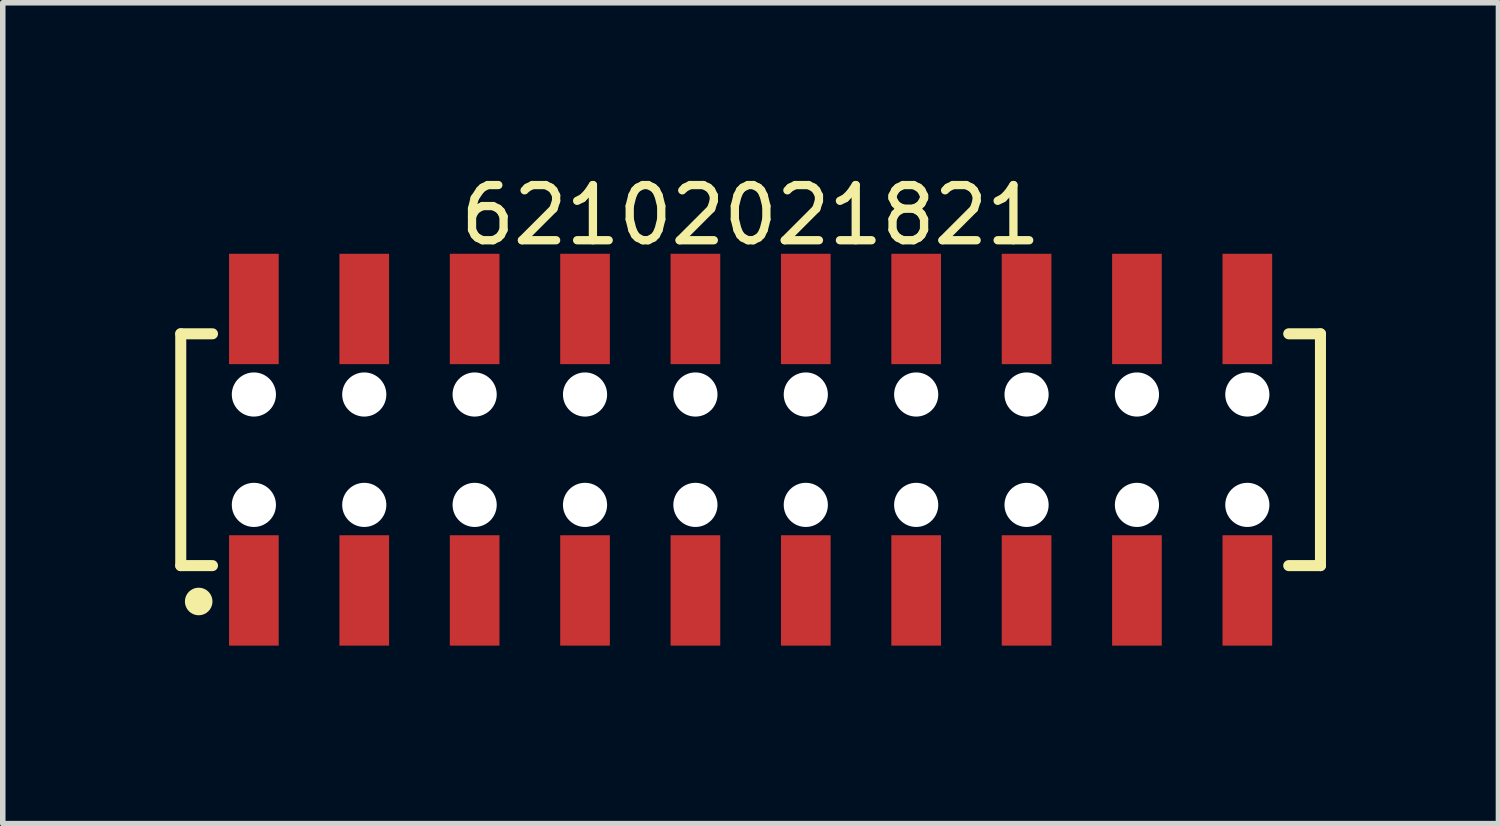
<source format=kicad_pcb>
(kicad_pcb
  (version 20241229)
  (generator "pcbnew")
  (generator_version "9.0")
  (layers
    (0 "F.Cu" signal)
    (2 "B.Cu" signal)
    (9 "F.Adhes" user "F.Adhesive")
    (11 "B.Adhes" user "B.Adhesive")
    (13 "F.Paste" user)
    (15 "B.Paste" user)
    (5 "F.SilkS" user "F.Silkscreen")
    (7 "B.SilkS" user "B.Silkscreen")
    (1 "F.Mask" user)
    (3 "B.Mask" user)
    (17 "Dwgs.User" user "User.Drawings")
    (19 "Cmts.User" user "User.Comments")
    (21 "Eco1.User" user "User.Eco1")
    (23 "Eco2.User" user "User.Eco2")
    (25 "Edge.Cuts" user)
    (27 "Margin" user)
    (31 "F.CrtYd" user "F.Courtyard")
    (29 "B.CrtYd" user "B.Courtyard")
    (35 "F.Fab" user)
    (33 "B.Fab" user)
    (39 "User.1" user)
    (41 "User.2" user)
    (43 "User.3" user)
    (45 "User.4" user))
  (footprint "62102021821"
    (layer "F.Cu")
    (at 10.55 5.098)
    (property "Reference" "62102021821" (at 0 -4.25 0) (layer "F.SilkS") (effects (font (size 1 1) (thickness 0.15))))
    (fp_line (start -10.325 -2.1) (end -9.75 -2.1) (stroke (width 0.2) (type solid)) (layer "F.SilkS"))
    (fp_line (start -10.325 2.1) (end -10.325 -2.1) (stroke (width 0.2) (type solid)) (layer "F.SilkS"))
    (fp_line (start -10.325 2.1) (end -9.75 2.1) (stroke (width 0.2) (type solid)) (layer "F.SilkS"))
    (fp_line (start 9.75 -2.1) (end 10.325 -2.1) (stroke (width 0.2) (type solid)) (layer "F.SilkS"))
    (fp_line (start 9.75 2.1) (end 10.325 2.1) (stroke (width 0.2) (type solid)) (layer "F.SilkS"))
    (fp_line (start 10.325 2.1) (end 10.325 -2.1) (stroke (width 0.2) (type solid)) (layer "F.SilkS"))
    (fp_circle (center -10 2.75) (end -10 2.625) (stroke (width 0.25) (type solid)) (fill no) (layer "F.SilkS"))
    (fp_line (start -10.525 -3.75) (end 10.525 -3.75) (stroke (width 0.05) (type solid)) (layer "Eco2.User"))
    (fp_line (start -10.525 3.75) (end -10.525 -3.75) (stroke (width 0.05) (type solid)) (layer "Eco2.User"))
    (fp_line (start -10.525 3.75) (end 10.525 3.75) (stroke (width 0.05) (type solid)) (layer "Eco2.User"))
    (fp_line (start -10.15 -2) (end 10.15 -2) (stroke (width 0.1) (type solid)) (layer "Eco2.User"))
    (fp_line (start -10.15 2) (end -10.15 -2) (stroke (width 0.1) (type solid)) (layer "Eco2.User"))
    (fp_line (start -10.15 2) (end 10.15 2) (stroke (width 0.1) (type solid)) (layer "Eco2.User"))
    (fp_line (start -9.25 -3) (end -8.75 -3) (stroke (width 0.1) (type solid)) (layer "Eco2.User"))
    (fp_line (start -9.25 -2) (end -9.25 -3) (stroke (width 0.1) (type solid)) (layer "Eco2.User"))
    (fp_line (start -9.25 3) (end -9.25 2) (stroke (width 0.1) (type solid)) (layer "Eco2.User"))
    (fp_line (start -9.25 3) (end -8.75 3) (stroke (width 0.1) (type solid)) (layer "Eco2.User"))
    (fp_line (start -8.75 -2) (end -8.75 -3) (stroke (width 0.1) (type solid)) (layer "Eco2.User"))
    (fp_line (start -8.75 3) (end -8.75 2) (stroke (width 0.1) (type solid)) (layer "Eco2.User"))
    (fp_line (start -7.25 -3) (end -6.75 -3) (stroke (width 0.1) (type solid)) (layer "Eco2.User"))
    (fp_line (start -7.25 -2) (end -7.25 -3) (stroke (width 0.1) (type solid)) (layer "Eco2.User"))
    (fp_line (start -7.25 3) (end -7.25 2) (stroke (width 0.1) (type solid)) (layer "Eco2.User"))
    (fp_line (start -7.25 3) (end -6.75 3) (stroke (width 0.1) (type solid)) (layer "Eco2.User"))
    (fp_line (start -6.75 -2) (end -6.75 -3) (stroke (width 0.1) (type solid)) (layer "Eco2.User"))
    (fp_line (start -6.75 3) (end -6.75 2) (stroke (width 0.1) (type solid)) (layer "Eco2.User"))
    (fp_line (start -5.25 -3) (end -4.75 -3) (stroke (width 0.1) (type solid)) (layer "Eco2.User"))
    (fp_line (start -5.25 -2) (end -5.25 -3) (stroke (width 0.1) (type solid)) (layer "Eco2.User"))
    (fp_line (start -5.25 3) (end -5.25 2) (stroke (width 0.1) (type solid)) (layer "Eco2.User"))
    (fp_line (start -5.25 3) (end -4.75 3) (stroke (width 0.1) (type solid)) (layer "Eco2.User"))
    (fp_line (start -4.75 -2) (end -4.75 -3) (stroke (width 0.1) (type solid)) (layer "Eco2.User"))
    (fp_line (start -4.75 3) (end -4.75 2) (stroke (width 0.1) (type solid)) (layer "Eco2.User"))
    (fp_line (start -3.25 -3) (end -2.75 -3) (stroke (width 0.1) (type solid)) (layer "Eco2.User"))
    (fp_line (start -3.25 -2) (end -3.25 -3) (stroke (width 0.1) (type solid)) (layer "Eco2.User"))
    (fp_line (start -3.25 3) (end -3.25 2) (stroke (width 0.1) (type solid)) (layer "Eco2.User"))
    (fp_line (start -3.25 3) (end -2.75 3) (stroke (width 0.1) (type solid)) (layer "Eco2.User"))
    (fp_line (start -2.75 -2) (end -2.75 -3) (stroke (width 0.1) (type solid)) (layer "Eco2.User"))
    (fp_line (start -2.75 3) (end -2.75 2) (stroke (width 0.1) (type solid)) (layer "Eco2.User"))
    (fp_line (start -1.25 -3) (end -0.75 -3) (stroke (width 0.1) (type solid)) (layer "Eco2.User"))
    (fp_line (start -1.25 -2) (end -1.25 -3) (stroke (width 0.1) (type solid)) (layer "Eco2.User"))
    (fp_line (start -1.25 3) (end -1.25 2) (stroke (width 0.1) (type solid)) (layer "Eco2.User"))
    (fp_line (start -1.25 3) (end -0.75 3) (stroke (width 0.1) (type solid)) (layer "Eco2.User"))
    (fp_line (start -0.75 -2) (end -0.75 -3) (stroke (width 0.1) (type solid)) (layer "Eco2.User"))
    (fp_line (start -0.75 3) (end -0.75 2) (stroke (width 0.1) (type solid)) (layer "Eco2.User"))
    (fp_line (start -0.5 0) (end 0.5 0) (stroke (width 0.05) (type solid)) (layer "Eco2.User"))
    (fp_line (start 0 0.5) (end 0 -0.5) (stroke (width 0.05) (type solid)) (layer "Eco2.User"))
    (fp_line (start 0.75 -3) (end 1.25 -3) (stroke (width 0.1) (type solid)) (layer "Eco2.User"))
    (fp_line (start 0.75 -2) (end 0.75 -3) (stroke (width 0.1) (type solid)) (layer "Eco2.User"))
    (fp_line (start 0.75 3) (end 0.75 2) (stroke (width 0.1) (type solid)) (layer "Eco2.User"))
    (fp_line (start 0.75 3) (end 1.25 3) (stroke (width 0.1) (type solid)) (layer "Eco2.User"))
    (fp_line (start 1.25 -2) (end 1.25 -3) (stroke (width 0.1) (type solid)) (layer "Eco2.User"))
    (fp_line (start 1.25 3) (end 1.25 2) (stroke (width 0.1) (type solid)) (layer "Eco2.User"))
    (fp_line (start 2.75 -3) (end 3.25 -3) (stroke (width 0.1) (type solid)) (layer "Eco2.User"))
    (fp_line (start 2.75 -2) (end 2.75 -3) (stroke (width 0.1) (type solid)) (layer "Eco2.User"))
    (fp_line (start 2.75 3) (end 2.75 2) (stroke (width 0.1) (type solid)) (layer "Eco2.User"))
    (fp_line (start 2.75 3) (end 3.25 3) (stroke (width 0.1) (type solid)) (layer "Eco2.User"))
    (fp_line (start 3.25 -2) (end 3.25 -3) (stroke (width 0.1) (type solid)) (layer "Eco2.User"))
    (fp_line (start 3.25 3) (end 3.25 2) (stroke (width 0.1) (type solid)) (layer "Eco2.User"))
    (fp_line (start 4.75 -3) (end 5.25 -3) (stroke (width 0.1) (type solid)) (layer "Eco2.User"))
    (fp_line (start 4.75 -2) (end 4.75 -3) (stroke (width 0.1) (type solid)) (layer "Eco2.User"))
    (fp_line (start 4.75 3) (end 4.75 2) (stroke (width 0.1) (type solid)) (layer "Eco2.User"))
    (fp_line (start 4.75 3) (end 5.25 3) (stroke (width 0.1) (type solid)) (layer "Eco2.User"))
    (fp_line (start 5.25 -2) (end 5.25 -3) (stroke (width 0.1) (type solid)) (layer "Eco2.User"))
    (fp_line (start 5.25 3) (end 5.25 2) (stroke (width 0.1) (type solid)) (layer "Eco2.User"))
    (fp_line (start 6.75 -3) (end 7.25 -3) (stroke (width 0.1) (type solid)) (layer "Eco2.User"))
    (fp_line (start 6.75 -2) (end 6.75 -3) (stroke (width 0.1) (type solid)) (layer "Eco2.User"))
    (fp_line (start 6.75 3) (end 6.75 2) (stroke (width 0.1) (type solid)) (layer "Eco2.User"))
    (fp_line (start 6.75 3) (end 7.25 3) (stroke (width 0.1) (type solid)) (layer "Eco2.User"))
    (fp_line (start 7.25 -2) (end 7.25 -3) (stroke (width 0.1) (type solid)) (layer "Eco2.User"))
    (fp_line (start 7.25 3) (end 7.25 2) (stroke (width 0.1) (type solid)) (layer "Eco2.User"))
    (fp_line (start 8.75 -3) (end 9.25 -3) (stroke (width 0.1) (type solid)) (layer "Eco2.User"))
    (fp_line (start 8.75 -2) (end 8.75 -3) (stroke (width 0.1) (type solid)) (layer "Eco2.User"))
    (fp_line (start 8.75 3) (end 8.75 2) (stroke (width 0.1) (type solid)) (layer "Eco2.User"))
    (fp_line (start 8.75 3) (end 9.25 3) (stroke (width 0.1) (type solid)) (layer "Eco2.User"))
    (fp_line (start 9.25 -2) (end 9.25 -3) (stroke (width 0.1) (type solid)) (layer "Eco2.User"))
    (fp_line (start 9.25 3) (end 9.25 2) (stroke (width 0.1) (type solid)) (layer "Eco2.User"))
    (fp_line (start 10.15 2) (end 10.15 -2) (stroke (width 0.1) (type solid)) (layer "Eco2.User"))
    (fp_line (start 10.525 3.75) (end 10.525 -3.75) (stroke (width 0.05) (type solid)) (layer "Eco2.User"))
    (fp_text user "${REFERENCE}" (at 0.1 -0.131 0) (unlocked yes) (layer "User.3") (effects (font (size 1 1) (thickness 0.1))))
    (pad "" np_thru_hole circle (at -9 -1) (size 0.8 0.8) (drill 0.8) (layers "*.Cu" "*.Mask"))
    (pad "" np_thru_hole circle (at -9 1) (size 0.8 0.8) (drill 0.8) (layers "*.Cu" "*.Mask"))
    (pad "" np_thru_hole circle (at -7 -1) (size 0.8 0.8) (drill 0.8) (layers "*.Cu" "*.Mask"))
    (pad "" np_thru_hole circle (at -7 1) (size 0.8 0.8) (drill 0.8) (layers "*.Cu" "*.Mask"))
    (pad "" np_thru_hole circle (at -5 -1) (size 0.8 0.8) (drill 0.8) (layers "*.Cu" "*.Mask"))
    (pad "" np_thru_hole circle (at -5 1) (size 0.8 0.8) (drill 0.8) (layers "*.Cu" "*.Mask"))
    (pad "" np_thru_hole circle (at -3 -1) (size 0.8 0.8) (drill 0.8) (layers "*.Cu" "*.Mask"))
    (pad "" np_thru_hole circle (at -3 1) (size 0.8 0.8) (drill 0.8) (layers "*.Cu" "*.Mask"))
    (pad "" np_thru_hole circle (at -1 -1) (size 0.8 0.8) (drill 0.8) (layers "*.Cu" "*.Mask"))
    (pad "" np_thru_hole circle (at -1 1) (size 0.8 0.8) (drill 0.8) (layers "*.Cu" "*.Mask"))
    (pad "" np_thru_hole circle (at 1 -1) (size 0.8 0.8) (drill 0.8) (layers "*.Cu" "*.Mask"))
    (pad "" np_thru_hole circle (at 1 1) (size 0.8 0.8) (drill 0.8) (layers "*.Cu" "*.Mask"))
    (pad "" np_thru_hole circle (at 3 -1) (size 0.8 0.8) (drill 0.8) (layers "*.Cu" "*.Mask"))
    (pad "" np_thru_hole circle (at 3 1) (size 0.8 0.8) (drill 0.8) (layers "*.Cu" "*.Mask"))
    (pad "" np_thru_hole circle (at 5 -1) (size 0.8 0.8) (drill 0.8) (layers "*.Cu" "*.Mask"))
    (pad "" np_thru_hole circle (at 5 1) (size 0.8 0.8) (drill 0.8) (layers "*.Cu" "*.Mask"))
    (pad "" np_thru_hole circle (at 7 -1) (size 0.8 0.8) (drill 0.8) (layers "*.Cu" "*.Mask"))
    (pad "" np_thru_hole circle (at 7 1) (size 0.8 0.8) (drill 0.8) (layers "*.Cu" "*.Mask"))
    (pad "" np_thru_hole circle (at 9 -1) (size 0.8 0.8) (drill 0.8) (layers "*.Cu" "*.Mask"))
    (pad "" np_thru_hole circle (at 9 1) (size 0.8 0.8) (drill 0.8) (layers "*.Cu" "*.Mask"))
    (pad "1" smd rect (at -9 2.55) (size 0.9 2) (layers "F.Cu" "F.Mask" "F.Paste"))
    (pad "2" smd rect (at -9 -2.55) (size 0.9 2) (layers "F.Cu" "F.Mask" "F.Paste"))
    (pad "3" smd rect (at -7 2.55) (size 0.9 2) (layers "F.Cu" "F.Mask" "F.Paste"))
    (pad "4" smd rect (at -7 -2.55) (size 0.9 2) (layers "F.Cu" "F.Mask" "F.Paste"))
    (pad "5" smd rect (at -5 2.55) (size 0.9 2) (layers "F.Cu" "F.Mask" "F.Paste"))
    (pad "6" smd rect (at -5 -2.55) (size 0.9 2) (layers "F.Cu" "F.Mask" "F.Paste"))
    (pad "7" smd rect (at -3 2.55) (size 0.9 2) (layers "F.Cu" "F.Mask" "F.Paste"))
    (pad "8" smd rect (at -3 -2.55) (size 0.9 2) (layers "F.Cu" "F.Mask" "F.Paste"))
    (pad "9" smd rect (at -1 2.55) (size 0.9 2) (layers "F.Cu" "F.Mask" "F.Paste"))
    (pad "10" smd rect (at -1 -2.55) (size 0.9 2) (layers "F.Cu" "F.Mask" "F.Paste"))
    (pad "11" smd rect (at 1 2.55) (size 0.9 2) (layers "F.Cu" "F.Mask" "F.Paste"))
    (pad "12" smd rect (at 1 -2.55) (size 0.9 2) (layers "F.Cu" "F.Mask" "F.Paste"))
    (pad "13" smd rect (at 3 2.55) (size 0.9 2) (layers "F.Cu" "F.Mask" "F.Paste"))
    (pad "14" smd rect (at 3 -2.55) (size 0.9 2) (layers "F.Cu" "F.Mask" "F.Paste"))
    (pad "15" smd rect (at 5 2.55) (size 0.9 2) (layers "F.Cu" "F.Mask" "F.Paste"))
    (pad "16" smd rect (at 5 -2.55) (size 0.9 2) (layers "F.Cu" "F.Mask" "F.Paste"))
    (pad "17" smd rect (at 7 2.55) (size 0.9 2) (layers "F.Cu" "F.Mask" "F.Paste"))
    (pad "18" smd rect (at 7 -2.55) (size 0.9 2) (layers "F.Cu" "F.Mask" "F.Paste"))
    (pad "19" smd rect (at 9 2.55) (size 0.9 2) (layers "F.Cu" "F.Mask" "F.Paste"))
    (pad "20" smd rect (at 9 -2.55) (size 0.9 2) (layers "F.Cu" "F.Mask" "F.Paste")))
  (gr_rect
    (start -3 -3)
    (end 24.1 11.873)
    (stroke (width 0.1) (type default))
    (fill no)
    (layer "Edge.Cuts")))
</source>
